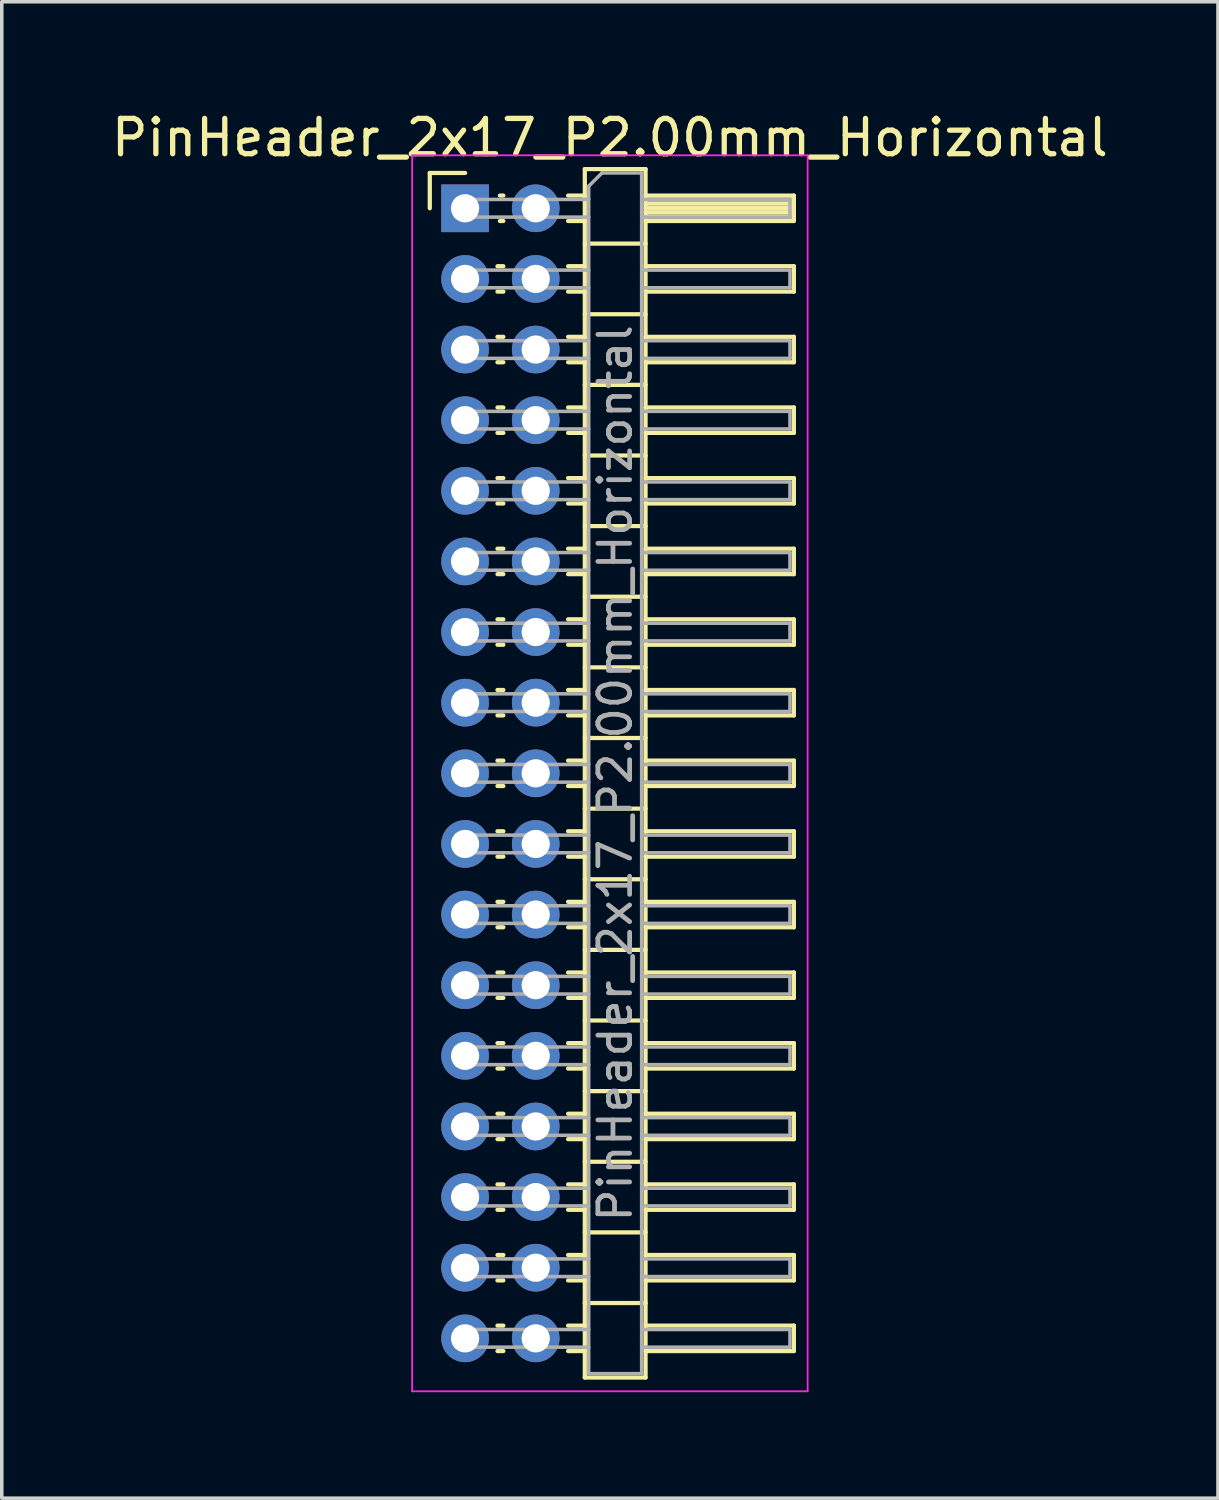
<source format=kicad_pcb>
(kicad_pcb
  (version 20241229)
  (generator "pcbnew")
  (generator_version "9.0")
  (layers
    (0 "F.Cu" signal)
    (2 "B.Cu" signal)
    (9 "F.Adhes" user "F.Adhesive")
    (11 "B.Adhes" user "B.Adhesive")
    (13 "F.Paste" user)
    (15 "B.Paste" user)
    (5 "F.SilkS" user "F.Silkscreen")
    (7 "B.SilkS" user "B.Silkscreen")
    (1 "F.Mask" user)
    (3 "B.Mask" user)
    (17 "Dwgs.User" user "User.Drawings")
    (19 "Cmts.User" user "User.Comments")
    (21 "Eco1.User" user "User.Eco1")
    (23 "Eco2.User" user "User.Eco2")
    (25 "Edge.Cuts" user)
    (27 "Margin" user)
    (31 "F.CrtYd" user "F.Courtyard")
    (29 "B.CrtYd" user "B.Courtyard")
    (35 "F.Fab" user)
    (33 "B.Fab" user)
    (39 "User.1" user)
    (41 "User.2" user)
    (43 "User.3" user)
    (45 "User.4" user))
  (footprint "PinHeader_2x17_P2.00mm_Horizontal"
    (layer "F.Cu")
    (at 10.12 2.848)
    (property "Reference" "PinHeader_2x17_P2.00mm_Horizontal" (at 4.1 -2 0) (layer "F.SilkS") (effects (font (size 1 1) (thickness 0.15))))
    (attr through_hole)
    (fp_line (start -1 -1) (end 0 -1) (stroke (width 0.12) (type solid)) (layer "F.SilkS"))
    (fp_line (start -1 0) (end -1 -1) (stroke (width 0.12) (type solid)) (layer "F.SilkS"))
    (fp_line (start 0.917 1.64) (end 1.083 1.64) (stroke (width 0.12) (type solid)) (layer "F.SilkS"))
    (fp_line (start 0.917 2.36) (end 1.083 2.36) (stroke (width 0.12) (type solid)) (layer "F.SilkS"))
    (fp_line (start 0.917 3.64) (end 1.083 3.64) (stroke (width 0.12) (type solid)) (layer "F.SilkS"))
    (fp_line (start 0.917 4.36) (end 1.083 4.36) (stroke (width 0.12) (type solid)) (layer "F.SilkS"))
    (fp_line (start 0.917 5.64) (end 1.083 5.64) (stroke (width 0.12) (type solid)) (layer "F.SilkS"))
    (fp_line (start 0.917 6.36) (end 1.083 6.36) (stroke (width 0.12) (type solid)) (layer "F.SilkS"))
    (fp_line (start 0.917 7.64) (end 1.083 7.64) (stroke (width 0.12) (type solid)) (layer "F.SilkS"))
    (fp_line (start 0.917 8.36) (end 1.083 8.36) (stroke (width 0.12) (type solid)) (layer "F.SilkS"))
    (fp_line (start 0.917 9.64) (end 1.083 9.64) (stroke (width 0.12) (type solid)) (layer "F.SilkS"))
    (fp_line (start 0.917 10.36) (end 1.083 10.36) (stroke (width 0.12) (type solid)) (layer "F.SilkS"))
    (fp_line (start 0.917 11.64) (end 1.083 11.64) (stroke (width 0.12) (type solid)) (layer "F.SilkS"))
    (fp_line (start 0.917 12.36) (end 1.083 12.36) (stroke (width 0.12) (type solid)) (layer "F.SilkS"))
    (fp_line (start 0.917 13.64) (end 1.083 13.64) (stroke (width 0.12) (type solid)) (layer "F.SilkS"))
    (fp_line (start 0.917 14.36) (end 1.083 14.36) (stroke (width 0.12) (type solid)) (layer "F.SilkS"))
    (fp_line (start 0.917 15.64) (end 1.083 15.64) (stroke (width 0.12) (type solid)) (layer "F.SilkS"))
    (fp_line (start 0.917 16.36) (end 1.083 16.36) (stroke (width 0.12) (type solid)) (layer "F.SilkS"))
    (fp_line (start 0.917 17.64) (end 1.083 17.64) (stroke (width 0.12) (type solid)) (layer "F.SilkS"))
    (fp_line (start 0.917 18.36) (end 1.083 18.36) (stroke (width 0.12) (type solid)) (layer "F.SilkS"))
    (fp_line (start 0.917 19.64) (end 1.083 19.64) (stroke (width 0.12) (type solid)) (layer "F.SilkS"))
    (fp_line (start 0.917 20.36) (end 1.083 20.36) (stroke (width 0.12) (type solid)) (layer "F.SilkS"))
    (fp_line (start 0.917 21.64) (end 1.083 21.64) (stroke (width 0.12) (type solid)) (layer "F.SilkS"))
    (fp_line (start 0.917 22.36) (end 1.083 22.36) (stroke (width 0.12) (type solid)) (layer "F.SilkS"))
    (fp_line (start 0.917 23.64) (end 1.083 23.64) (stroke (width 0.12) (type solid)) (layer "F.SilkS"))
    (fp_line (start 0.917 24.36) (end 1.083 24.36) (stroke (width 0.12) (type solid)) (layer "F.SilkS"))
    (fp_line (start 0.917 25.64) (end 1.083 25.64) (stroke (width 0.12) (type solid)) (layer "F.SilkS"))
    (fp_line (start 0.917 26.36) (end 1.083 26.36) (stroke (width 0.12) (type solid)) (layer "F.SilkS"))
    (fp_line (start 0.917 27.64) (end 1.083 27.64) (stroke (width 0.12) (type solid)) (layer "F.SilkS"))
    (fp_line (start 0.917 28.36) (end 1.083 28.36) (stroke (width 0.12) (type solid)) (layer "F.SilkS"))
    (fp_line (start 0.917 29.64) (end 1.083 29.64) (stroke (width 0.12) (type solid)) (layer "F.SilkS"))
    (fp_line (start 0.917 30.36) (end 1.083 30.36) (stroke (width 0.12) (type solid)) (layer "F.SilkS"))
    (fp_line (start 0.917 31.64) (end 1.083 31.64) (stroke (width 0.12) (type solid)) (layer "F.SilkS"))
    (fp_line (start 0.917 32.36) (end 1.083 32.36) (stroke (width 0.12) (type solid)) (layer "F.SilkS"))
    (fp_line (start 0.985 -0.36) (end 1.083 -0.36) (stroke (width 0.12) (type solid)) (layer "F.SilkS"))
    (fp_line (start 0.985 0.36) (end 1.083 0.36) (stroke (width 0.12) (type solid)) (layer "F.SilkS"))
    (fp_line (start 2.917 -0.36) (end 3.39 -0.36) (stroke (width 0.12) (type solid)) (layer "F.SilkS"))
    (fp_line (start 2.917 0.36) (end 3.39 0.36) (stroke (width 0.12) (type solid)) (layer "F.SilkS"))
    (fp_line (start 2.917 1.64) (end 3.39 1.64) (stroke (width 0.12) (type solid)) (layer "F.SilkS"))
    (fp_line (start 2.917 2.36) (end 3.39 2.36) (stroke (width 0.12) (type solid)) (layer "F.SilkS"))
    (fp_line (start 2.917 3.64) (end 3.39 3.64) (stroke (width 0.12) (type solid)) (layer "F.SilkS"))
    (fp_line (start 2.917 4.36) (end 3.39 4.36) (stroke (width 0.12) (type solid)) (layer "F.SilkS"))
    (fp_line (start 2.917 5.64) (end 3.39 5.64) (stroke (width 0.12) (type solid)) (layer "F.SilkS"))
    (fp_line (start 2.917 6.36) (end 3.39 6.36) (stroke (width 0.12) (type solid)) (layer "F.SilkS"))
    (fp_line (start 2.917 7.64) (end 3.39 7.64) (stroke (width 0.12) (type solid)) (layer "F.SilkS"))
    (fp_line (start 2.917 8.36) (end 3.39 8.36) (stroke (width 0.12) (type solid)) (layer "F.SilkS"))
    (fp_line (start 2.917 9.64) (end 3.39 9.64) (stroke (width 0.12) (type solid)) (layer "F.SilkS"))
    (fp_line (start 2.917 10.36) (end 3.39 10.36) (stroke (width 0.12) (type solid)) (layer "F.SilkS"))
    (fp_line (start 2.917 11.64) (end 3.39 11.64) (stroke (width 0.12) (type solid)) (layer "F.SilkS"))
    (fp_line (start 2.917 12.36) (end 3.39 12.36) (stroke (width 0.12) (type solid)) (layer "F.SilkS"))
    (fp_line (start 2.917 13.64) (end 3.39 13.64) (stroke (width 0.12) (type solid)) (layer "F.SilkS"))
    (fp_line (start 2.917 14.36) (end 3.39 14.36) (stroke (width 0.12) (type solid)) (layer "F.SilkS"))
    (fp_line (start 2.917 15.64) (end 3.39 15.64) (stroke (width 0.12) (type solid)) (layer "F.SilkS"))
    (fp_line (start 2.917 16.36) (end 3.39 16.36) (stroke (width 0.12) (type solid)) (layer "F.SilkS"))
    (fp_line (start 2.917 17.64) (end 3.39 17.64) (stroke (width 0.12) (type solid)) (layer "F.SilkS"))
    (fp_line (start 2.917 18.36) (end 3.39 18.36) (stroke (width 0.12) (type solid)) (layer "F.SilkS"))
    (fp_line (start 2.917 19.64) (end 3.39 19.64) (stroke (width 0.12) (type solid)) (layer "F.SilkS"))
    (fp_line (start 2.917 20.36) (end 3.39 20.36) (stroke (width 0.12) (type solid)) (layer "F.SilkS"))
    (fp_line (start 2.917 21.64) (end 3.39 21.64) (stroke (width 0.12) (type solid)) (layer "F.SilkS"))
    (fp_line (start 2.917 22.36) (end 3.39 22.36) (stroke (width 0.12) (type solid)) (layer "F.SilkS"))
    (fp_line (start 2.917 23.64) (end 3.39 23.64) (stroke (width 0.12) (type solid)) (layer "F.SilkS"))
    (fp_line (start 2.917 24.36) (end 3.39 24.36) (stroke (width 0.12) (type solid)) (layer "F.SilkS"))
    (fp_line (start 2.917 25.64) (end 3.39 25.64) (stroke (width 0.12) (type solid)) (layer "F.SilkS"))
    (fp_line (start 2.917 26.36) (end 3.39 26.36) (stroke (width 0.12) (type solid)) (layer "F.SilkS"))
    (fp_line (start 2.917 27.64) (end 3.39 27.64) (stroke (width 0.12) (type solid)) (layer "F.SilkS"))
    (fp_line (start 2.917 28.36) (end 3.39 28.36) (stroke (width 0.12) (type solid)) (layer "F.SilkS"))
    (fp_line (start 2.917 29.64) (end 3.39 29.64) (stroke (width 0.12) (type solid)) (layer "F.SilkS"))
    (fp_line (start 2.917 30.36) (end 3.39 30.36) (stroke (width 0.12) (type solid)) (layer "F.SilkS"))
    (fp_line (start 2.917 31.64) (end 3.39 31.64) (stroke (width 0.12) (type solid)) (layer "F.SilkS"))
    (fp_line (start 2.917 32.36) (end 3.39 32.36) (stroke (width 0.12) (type solid)) (layer "F.SilkS"))
    (fp_line (start 3.39 -1.11) (end 3.39 33.11) (stroke (width 0.12) (type solid)) (layer "F.SilkS"))
    (fp_line (start 3.39 1) (end 5.11 1) (stroke (width 0.12) (type solid)) (layer "F.SilkS"))
    (fp_line (start 3.39 3) (end 5.11 3) (stroke (width 0.12) (type solid)) (layer "F.SilkS"))
    (fp_line (start 3.39 5) (end 5.11 5) (stroke (width 0.12) (type solid)) (layer "F.SilkS"))
    (fp_line (start 3.39 7) (end 5.11 7) (stroke (width 0.12) (type solid)) (layer "F.SilkS"))
    (fp_line (start 3.39 9) (end 5.11 9) (stroke (width 0.12) (type solid)) (layer "F.SilkS"))
    (fp_line (start 3.39 11) (end 5.11 11) (stroke (width 0.12) (type solid)) (layer "F.SilkS"))
    (fp_line (start 3.39 13) (end 5.11 13) (stroke (width 0.12) (type solid)) (layer "F.SilkS"))
    (fp_line (start 3.39 15) (end 5.11 15) (stroke (width 0.12) (type solid)) (layer "F.SilkS"))
    (fp_line (start 3.39 17) (end 5.11 17) (stroke (width 0.12) (type solid)) (layer "F.SilkS"))
    (fp_line (start 3.39 19) (end 5.11 19) (stroke (width 0.12) (type solid)) (layer "F.SilkS"))
    (fp_line (start 3.39 21) (end 5.11 21) (stroke (width 0.12) (type solid)) (layer "F.SilkS"))
    (fp_line (start 3.39 23) (end 5.11 23) (stroke (width 0.12) (type solid)) (layer "F.SilkS"))
    (fp_line (start 3.39 25) (end 5.11 25) (stroke (width 0.12) (type solid)) (layer "F.SilkS"))
    (fp_line (start 3.39 27) (end 5.11 27) (stroke (width 0.12) (type solid)) (layer "F.SilkS"))
    (fp_line (start 3.39 29) (end 5.11 29) (stroke (width 0.12) (type solid)) (layer "F.SilkS"))
    (fp_line (start 3.39 31) (end 5.11 31) (stroke (width 0.12) (type solid)) (layer "F.SilkS"))
    (fp_line (start 3.39 33.11) (end 5.11 33.11) (stroke (width 0.12) (type solid)) (layer "F.SilkS"))
    (fp_line (start 5.11 -1.11) (end 3.39 -1.11) (stroke (width 0.12) (type solid)) (layer "F.SilkS"))
    (fp_line (start 5.11 -0.36) (end 9.31 -0.36) (stroke (width 0.12) (type solid)) (layer "F.SilkS"))
    (fp_line (start 5.11 -0.25) (end 9.31 -0.25) (stroke (width 0.12) (type solid)) (layer "F.SilkS"))
    (fp_line (start 5.11 -0.13) (end 9.31 -0.13) (stroke (width 0.12) (type solid)) (layer "F.SilkS"))
    (fp_line (start 5.11 -0.01) (end 9.31 -0.01) (stroke (width 0.12) (type solid)) (layer "F.SilkS"))
    (fp_line (start 5.11 0.11) (end 9.31 0.11) (stroke (width 0.12) (type solid)) (layer "F.SilkS"))
    (fp_line (start 5.11 0.23) (end 9.31 0.23) (stroke (width 0.12) (type solid)) (layer "F.SilkS"))
    (fp_line (start 5.11 1.64) (end 9.31 1.64) (stroke (width 0.12) (type solid)) (layer "F.SilkS"))
    (fp_line (start 5.11 3.64) (end 9.31 3.64) (stroke (width 0.12) (type solid)) (layer "F.SilkS"))
    (fp_line (start 5.11 5.64) (end 9.31 5.64) (stroke (width 0.12) (type solid)) (layer "F.SilkS"))
    (fp_line (start 5.11 7.64) (end 9.31 7.64) (stroke (width 0.12) (type solid)) (layer "F.SilkS"))
    (fp_line (start 5.11 9.64) (end 9.31 9.64) (stroke (width 0.12) (type solid)) (layer "F.SilkS"))
    (fp_line (start 5.11 11.64) (end 9.31 11.64) (stroke (width 0.12) (type solid)) (layer "F.SilkS"))
    (fp_line (start 5.11 13.64) (end 9.31 13.64) (stroke (width 0.12) (type solid)) (layer "F.SilkS"))
    (fp_line (start 5.11 15.64) (end 9.31 15.64) (stroke (width 0.12) (type solid)) (layer "F.SilkS"))
    (fp_line (start 5.11 17.64) (end 9.31 17.64) (stroke (width 0.12) (type solid)) (layer "F.SilkS"))
    (fp_line (start 5.11 19.64) (end 9.31 19.64) (stroke (width 0.12) (type solid)) (layer "F.SilkS"))
    (fp_line (start 5.11 21.64) (end 9.31 21.64) (stroke (width 0.12) (type solid)) (layer "F.SilkS"))
    (fp_line (start 5.11 23.64) (end 9.31 23.64) (stroke (width 0.12) (type solid)) (layer "F.SilkS"))
    (fp_line (start 5.11 25.64) (end 9.31 25.64) (stroke (width 0.12) (type solid)) (layer "F.SilkS"))
    (fp_line (start 5.11 27.64) (end 9.31 27.64) (stroke (width 0.12) (type solid)) (layer "F.SilkS"))
    (fp_line (start 5.11 29.64) (end 9.31 29.64) (stroke (width 0.12) (type solid)) (layer "F.SilkS"))
    (fp_line (start 5.11 31.64) (end 9.31 31.64) (stroke (width 0.12) (type solid)) (layer "F.SilkS"))
    (fp_line (start 5.11 33.11) (end 5.11 -1.11) (stroke (width 0.12) (type solid)) (layer "F.SilkS"))
    (fp_line (start 9.31 -0.36) (end 9.31 0.36) (stroke (width 0.12) (type solid)) (layer "F.SilkS"))
    (fp_line (start 9.31 0.36) (end 5.11 0.36) (stroke (width 0.12) (type solid)) (layer "F.SilkS"))
    (fp_line (start 9.31 1.64) (end 9.31 2.36) (stroke (width 0.12) (type solid)) (layer "F.SilkS"))
    (fp_line (start 9.31 2.36) (end 5.11 2.36) (stroke (width 0.12) (type solid)) (layer "F.SilkS"))
    (fp_line (start 9.31 3.64) (end 9.31 4.36) (stroke (width 0.12) (type solid)) (layer "F.SilkS"))
    (fp_line (start 9.31 4.36) (end 5.11 4.36) (stroke (width 0.12) (type solid)) (layer "F.SilkS"))
    (fp_line (start 9.31 5.64) (end 9.31 6.36) (stroke (width 0.12) (type solid)) (layer "F.SilkS"))
    (fp_line (start 9.31 6.36) (end 5.11 6.36) (stroke (width 0.12) (type solid)) (layer "F.SilkS"))
    (fp_line (start 9.31 7.64) (end 9.31 8.36) (stroke (width 0.12) (type solid)) (layer "F.SilkS"))
    (fp_line (start 9.31 8.36) (end 5.11 8.36) (stroke (width 0.12) (type solid)) (layer "F.SilkS"))
    (fp_line (start 9.31 9.64) (end 9.31 10.36) (stroke (width 0.12) (type solid)) (layer "F.SilkS"))
    (fp_line (start 9.31 10.36) (end 5.11 10.36) (stroke (width 0.12) (type solid)) (layer "F.SilkS"))
    (fp_line (start 9.31 11.64) (end 9.31 12.36) (stroke (width 0.12) (type solid)) (layer "F.SilkS"))
    (fp_line (start 9.31 12.36) (end 5.11 12.36) (stroke (width 0.12) (type solid)) (layer "F.SilkS"))
    (fp_line (start 9.31 13.64) (end 9.31 14.36) (stroke (width 0.12) (type solid)) (layer "F.SilkS"))
    (fp_line (start 9.31 14.36) (end 5.11 14.36) (stroke (width 0.12) (type solid)) (layer "F.SilkS"))
    (fp_line (start 9.31 15.64) (end 9.31 16.36) (stroke (width 0.12) (type solid)) (layer "F.SilkS"))
    (fp_line (start 9.31 16.36) (end 5.11 16.36) (stroke (width 0.12) (type solid)) (layer "F.SilkS"))
    (fp_line (start 9.31 17.64) (end 9.31 18.36) (stroke (width 0.12) (type solid)) (layer "F.SilkS"))
    (fp_line (start 9.31 18.36) (end 5.11 18.36) (stroke (width 0.12) (type solid)) (layer "F.SilkS"))
    (fp_line (start 9.31 19.64) (end 9.31 20.36) (stroke (width 0.12) (type solid)) (layer "F.SilkS"))
    (fp_line (start 9.31 20.36) (end 5.11 20.36) (stroke (width 0.12) (type solid)) (layer "F.SilkS"))
    (fp_line (start 9.31 21.64) (end 9.31 22.36) (stroke (width 0.12) (type solid)) (layer "F.SilkS"))
    (fp_line (start 9.31 22.36) (end 5.11 22.36) (stroke (width 0.12) (type solid)) (layer "F.SilkS"))
    (fp_line (start 9.31 23.64) (end 9.31 24.36) (stroke (width 0.12) (type solid)) (layer "F.SilkS"))
    (fp_line (start 9.31 24.36) (end 5.11 24.36) (stroke (width 0.12) (type solid)) (layer "F.SilkS"))
    (fp_line (start 9.31 25.64) (end 9.31 26.36) (stroke (width 0.12) (type solid)) (layer "F.SilkS"))
    (fp_line (start 9.31 26.36) (end 5.11 26.36) (stroke (width 0.12) (type solid)) (layer "F.SilkS"))
    (fp_line (start 9.31 27.64) (end 9.31 28.36) (stroke (width 0.12) (type solid)) (layer "F.SilkS"))
    (fp_line (start 9.31 28.36) (end 5.11 28.36) (stroke (width 0.12) (type solid)) (layer "F.SilkS"))
    (fp_line (start 9.31 29.64) (end 9.31 30.36) (stroke (width 0.12) (type solid)) (layer "F.SilkS"))
    (fp_line (start 9.31 30.36) (end 5.11 30.36) (stroke (width 0.12) (type solid)) (layer "F.SilkS"))
    (fp_line (start 9.31 31.64) (end 9.31 32.36) (stroke (width 0.12) (type solid)) (layer "F.SilkS"))
    (fp_line (start 9.31 32.36) (end 5.11 32.36) (stroke (width 0.12) (type solid)) (layer "F.SilkS"))
    (fp_line (start -1.5 -1.5) (end -1.5 33.5) (stroke (width 0.05) (type solid)) (layer "F.CrtYd"))
    (fp_line (start -1.5 33.5) (end 9.7 33.5) (stroke (width 0.05) (type solid)) (layer "F.CrtYd"))
    (fp_line (start 9.7 -1.5) (end -1.5 -1.5) (stroke (width 0.05) (type solid)) (layer "F.CrtYd"))
    (fp_line (start 9.7 33.5) (end 9.7 -1.5) (stroke (width 0.05) (type solid)) (layer "F.CrtYd"))
    (fp_line (start -0.25 -0.25) (end -0.25 0.25) (stroke (width 0.1) (type solid)) (layer "F.Fab"))
    (fp_line (start -0.25 -0.25) (end 3.5 -0.25) (stroke (width 0.1) (type solid)) (layer "F.Fab"))
    (fp_line (start -0.25 0.25) (end 3.5 0.25) (stroke (width 0.1) (type solid)) (layer "F.Fab"))
    (fp_line (start -0.25 1.75) (end -0.25 2.25) (stroke (width 0.1) (type solid)) (layer "F.Fab"))
    (fp_line (start -0.25 1.75) (end 3.5 1.75) (stroke (width 0.1) (type solid)) (layer "F.Fab"))
    (fp_line (start -0.25 2.25) (end 3.5 2.25) (stroke (width 0.1) (type solid)) (layer "F.Fab"))
    (fp_line (start -0.25 3.75) (end -0.25 4.25) (stroke (width 0.1) (type solid)) (layer "F.Fab"))
    (fp_line (start -0.25 3.75) (end 3.5 3.75) (stroke (width 0.1) (type solid)) (layer "F.Fab"))
    (fp_line (start -0.25 4.25) (end 3.5 4.25) (stroke (width 0.1) (type solid)) (layer "F.Fab"))
    (fp_line (start -0.25 5.75) (end -0.25 6.25) (stroke (width 0.1) (type solid)) (layer "F.Fab"))
    (fp_line (start -0.25 5.75) (end 3.5 5.75) (stroke (width 0.1) (type solid)) (layer "F.Fab"))
    (fp_line (start -0.25 6.25) (end 3.5 6.25) (stroke (width 0.1) (type solid)) (layer "F.Fab"))
    (fp_line (start -0.25 7.75) (end -0.25 8.25) (stroke (width 0.1) (type solid)) (layer "F.Fab"))
    (fp_line (start -0.25 7.75) (end 3.5 7.75) (stroke (width 0.1) (type solid)) (layer "F.Fab"))
    (fp_line (start -0.25 8.25) (end 3.5 8.25) (stroke (width 0.1) (type solid)) (layer "F.Fab"))
    (fp_line (start -0.25 9.75) (end -0.25 10.25) (stroke (width 0.1) (type solid)) (layer "F.Fab"))
    (fp_line (start -0.25 9.75) (end 3.5 9.75) (stroke (width 0.1) (type solid)) (layer "F.Fab"))
    (fp_line (start -0.25 10.25) (end 3.5 10.25) (stroke (width 0.1) (type solid)) (layer "F.Fab"))
    (fp_line (start -0.25 11.75) (end -0.25 12.25) (stroke (width 0.1) (type solid)) (layer "F.Fab"))
    (fp_line (start -0.25 11.75) (end 3.5 11.75) (stroke (width 0.1) (type solid)) (layer "F.Fab"))
    (fp_line (start -0.25 12.25) (end 3.5 12.25) (stroke (width 0.1) (type solid)) (layer "F.Fab"))
    (fp_line (start -0.25 13.75) (end -0.25 14.25) (stroke (width 0.1) (type solid)) (layer "F.Fab"))
    (fp_line (start -0.25 13.75) (end 3.5 13.75) (stroke (width 0.1) (type solid)) (layer "F.Fab"))
    (fp_line (start -0.25 14.25) (end 3.5 14.25) (stroke (width 0.1) (type solid)) (layer "F.Fab"))
    (fp_line (start -0.25 15.75) (end -0.25 16.25) (stroke (width 0.1) (type solid)) (layer "F.Fab"))
    (fp_line (start -0.25 15.75) (end 3.5 15.75) (stroke (width 0.1) (type solid)) (layer "F.Fab"))
    (fp_line (start -0.25 16.25) (end 3.5 16.25) (stroke (width 0.1) (type solid)) (layer "F.Fab"))
    (fp_line (start -0.25 17.75) (end -0.25 18.25) (stroke (width 0.1) (type solid)) (layer "F.Fab"))
    (fp_line (start -0.25 17.75) (end 3.5 17.75) (stroke (width 0.1) (type solid)) (layer "F.Fab"))
    (fp_line (start -0.25 18.25) (end 3.5 18.25) (stroke (width 0.1) (type solid)) (layer "F.Fab"))
    (fp_line (start -0.25 19.75) (end -0.25 20.25) (stroke (width 0.1) (type solid)) (layer "F.Fab"))
    (fp_line (start -0.25 19.75) (end 3.5 19.75) (stroke (width 0.1) (type solid)) (layer "F.Fab"))
    (fp_line (start -0.25 20.25) (end 3.5 20.25) (stroke (width 0.1) (type solid)) (layer "F.Fab"))
    (fp_line (start -0.25 21.75) (end -0.25 22.25) (stroke (width 0.1) (type solid)) (layer "F.Fab"))
    (fp_line (start -0.25 21.75) (end 3.5 21.75) (stroke (width 0.1) (type solid)) (layer "F.Fab"))
    (fp_line (start -0.25 22.25) (end 3.5 22.25) (stroke (width 0.1) (type solid)) (layer "F.Fab"))
    (fp_line (start -0.25 23.75) (end -0.25 24.25) (stroke (width 0.1) (type solid)) (layer "F.Fab"))
    (fp_line (start -0.25 23.75) (end 3.5 23.75) (stroke (width 0.1) (type solid)) (layer "F.Fab"))
    (fp_line (start -0.25 24.25) (end 3.5 24.25) (stroke (width 0.1) (type solid)) (layer "F.Fab"))
    (fp_line (start -0.25 25.75) (end -0.25 26.25) (stroke (width 0.1) (type solid)) (layer "F.Fab"))
    (fp_line (start -0.25 25.75) (end 3.5 25.75) (stroke (width 0.1) (type solid)) (layer "F.Fab"))
    (fp_line (start -0.25 26.25) (end 3.5 26.25) (stroke (width 0.1) (type solid)) (layer "F.Fab"))
    (fp_line (start -0.25 27.75) (end -0.25 28.25) (stroke (width 0.1) (type solid)) (layer "F.Fab"))
    (fp_line (start -0.25 27.75) (end 3.5 27.75) (stroke (width 0.1) (type solid)) (layer "F.Fab"))
    (fp_line (start -0.25 28.25) (end 3.5 28.25) (stroke (width 0.1) (type solid)) (layer "F.Fab"))
    (fp_line (start -0.25 29.75) (end -0.25 30.25) (stroke (width 0.1) (type solid)) (layer "F.Fab"))
    (fp_line (start -0.25 29.75) (end 3.5 29.75) (stroke (width 0.1) (type solid)) (layer "F.Fab"))
    (fp_line (start -0.25 30.25) (end 3.5 30.25) (stroke (width 0.1) (type solid)) (layer "F.Fab"))
    (fp_line (start -0.25 31.75) (end -0.25 32.25) (stroke (width 0.1) (type solid)) (layer "F.Fab"))
    (fp_line (start -0.25 31.75) (end 3.5 31.75) (stroke (width 0.1) (type solid)) (layer "F.Fab"))
    (fp_line (start -0.25 32.25) (end 3.5 32.25) (stroke (width 0.1) (type solid)) (layer "F.Fab"))
    (fp_line (start 3.5 -0.625) (end 3.875 -1) (stroke (width 0.1) (type solid)) (layer "F.Fab"))
    (fp_line (start 3.5 33) (end 3.5 -0.625) (stroke (width 0.1) (type solid)) (layer "F.Fab"))
    (fp_line (start 3.875 -1) (end 5 -1) (stroke (width 0.1) (type solid)) (layer "F.Fab"))
    (fp_line (start 5 -1) (end 5 33) (stroke (width 0.1) (type solid)) (layer "F.Fab"))
    (fp_line (start 5 -0.25) (end 9.2 -0.25) (stroke (width 0.1) (type solid)) (layer "F.Fab"))
    (fp_line (start 5 0.25) (end 9.2 0.25) (stroke (width 0.1) (type solid)) (layer "F.Fab"))
    (fp_line (start 5 1.75) (end 9.2 1.75) (stroke (width 0.1) (type solid)) (layer "F.Fab"))
    (fp_line (start 5 2.25) (end 9.2 2.25) (stroke (width 0.1) (type solid)) (layer "F.Fab"))
    (fp_line (start 5 3.75) (end 9.2 3.75) (stroke (width 0.1) (type solid)) (layer "F.Fab"))
    (fp_line (start 5 4.25) (end 9.2 4.25) (stroke (width 0.1) (type solid)) (layer "F.Fab"))
    (fp_line (start 5 5.75) (end 9.2 5.75) (stroke (width 0.1) (type solid)) (layer "F.Fab"))
    (fp_line (start 5 6.25) (end 9.2 6.25) (stroke (width 0.1) (type solid)) (layer "F.Fab"))
    (fp_line (start 5 7.75) (end 9.2 7.75) (stroke (width 0.1) (type solid)) (layer "F.Fab"))
    (fp_line (start 5 8.25) (end 9.2 8.25) (stroke (width 0.1) (type solid)) (layer "F.Fab"))
    (fp_line (start 5 9.75) (end 9.2 9.75) (stroke (width 0.1) (type solid)) (layer "F.Fab"))
    (fp_line (start 5 10.25) (end 9.2 10.25) (stroke (width 0.1) (type solid)) (layer "F.Fab"))
    (fp_line (start 5 11.75) (end 9.2 11.75) (stroke (width 0.1) (type solid)) (layer "F.Fab"))
    (fp_line (start 5 12.25) (end 9.2 12.25) (stroke (width 0.1) (type solid)) (layer "F.Fab"))
    (fp_line (start 5 13.75) (end 9.2 13.75) (stroke (width 0.1) (type solid)) (layer "F.Fab"))
    (fp_line (start 5 14.25) (end 9.2 14.25) (stroke (width 0.1) (type solid)) (layer "F.Fab"))
    (fp_line (start 5 15.75) (end 9.2 15.75) (stroke (width 0.1) (type solid)) (layer "F.Fab"))
    (fp_line (start 5 16.25) (end 9.2 16.25) (stroke (width 0.1) (type solid)) (layer "F.Fab"))
    (fp_line (start 5 17.75) (end 9.2 17.75) (stroke (width 0.1) (type solid)) (layer "F.Fab"))
    (fp_line (start 5 18.25) (end 9.2 18.25) (stroke (width 0.1) (type solid)) (layer "F.Fab"))
    (fp_line (start 5 19.75) (end 9.2 19.75) (stroke (width 0.1) (type solid)) (layer "F.Fab"))
    (fp_line (start 5 20.25) (end 9.2 20.25) (stroke (width 0.1) (type solid)) (layer "F.Fab"))
    (fp_line (start 5 21.75) (end 9.2 21.75) (stroke (width 0.1) (type solid)) (layer "F.Fab"))
    (fp_line (start 5 22.25) (end 9.2 22.25) (stroke (width 0.1) (type solid)) (layer "F.Fab"))
    (fp_line (start 5 23.75) (end 9.2 23.75) (stroke (width 0.1) (type solid)) (layer "F.Fab"))
    (fp_line (start 5 24.25) (end 9.2 24.25) (stroke (width 0.1) (type solid)) (layer "F.Fab"))
    (fp_line (start 5 25.75) (end 9.2 25.75) (stroke (width 0.1) (type solid)) (layer "F.Fab"))
    (fp_line (start 5 26.25) (end 9.2 26.25) (stroke (width 0.1) (type solid)) (layer "F.Fab"))
    (fp_line (start 5 27.75) (end 9.2 27.75) (stroke (width 0.1) (type solid)) (layer "F.Fab"))
    (fp_line (start 5 28.25) (end 9.2 28.25) (stroke (width 0.1) (type solid)) (layer "F.Fab"))
    (fp_line (start 5 29.75) (end 9.2 29.75) (stroke (width 0.1) (type solid)) (layer "F.Fab"))
    (fp_line (start 5 30.25) (end 9.2 30.25) (stroke (width 0.1) (type solid)) (layer "F.Fab"))
    (fp_line (start 5 31.75) (end 9.2 31.75) (stroke (width 0.1) (type solid)) (layer "F.Fab"))
    (fp_line (start 5 32.25) (end 9.2 32.25) (stroke (width 0.1) (type solid)) (layer "F.Fab"))
    (fp_line (start 5 33) (end 3.5 33) (stroke (width 0.1) (type solid)) (layer "F.Fab"))
    (fp_line (start 9.2 -0.25) (end 9.2 0.25) (stroke (width 0.1) (type solid)) (layer "F.Fab"))
    (fp_line (start 9.2 1.75) (end 9.2 2.25) (stroke (width 0.1) (type solid)) (layer "F.Fab"))
    (fp_line (start 9.2 3.75) (end 9.2 4.25) (stroke (width 0.1) (type solid)) (layer "F.Fab"))
    (fp_line (start 9.2 5.75) (end 9.2 6.25) (stroke (width 0.1) (type solid)) (layer "F.Fab"))
    (fp_line (start 9.2 7.75) (end 9.2 8.25) (stroke (width 0.1) (type solid)) (layer "F.Fab"))
    (fp_line (start 9.2 9.75) (end 9.2 10.25) (stroke (width 0.1) (type solid)) (layer "F.Fab"))
    (fp_line (start 9.2 11.75) (end 9.2 12.25) (stroke (width 0.1) (type solid)) (layer "F.Fab"))
    (fp_line (start 9.2 13.75) (end 9.2 14.25) (stroke (width 0.1) (type solid)) (layer "F.Fab"))
    (fp_line (start 9.2 15.75) (end 9.2 16.25) (stroke (width 0.1) (type solid)) (layer "F.Fab"))
    (fp_line (start 9.2 17.75) (end 9.2 18.25) (stroke (width 0.1) (type solid)) (layer "F.Fab"))
    (fp_line (start 9.2 19.75) (end 9.2 20.25) (stroke (width 0.1) (type solid)) (layer "F.Fab"))
    (fp_line (start 9.2 21.75) (end 9.2 22.25) (stroke (width 0.1) (type solid)) (layer "F.Fab"))
    (fp_line (start 9.2 23.75) (end 9.2 24.25) (stroke (width 0.1) (type solid)) (layer "F.Fab"))
    (fp_line (start 9.2 25.75) (end 9.2 26.25) (stroke (width 0.1) (type solid)) (layer "F.Fab"))
    (fp_line (start 9.2 27.75) (end 9.2 28.25) (stroke (width 0.1) (type solid)) (layer "F.Fab"))
    (fp_line (start 9.2 29.75) (end 9.2 30.25) (stroke (width 0.1) (type solid)) (layer "F.Fab"))
    (fp_line (start 9.2 31.75) (end 9.2 32.25) (stroke (width 0.1) (type solid)) (layer "F.Fab"))
    (fp_text user "${REFERENCE}" (at 4.25 16 90) (layer "F.Fab") (effects (font (size 0.9 0.9) (thickness 0.135))))
    (pad "1" thru_hole rect (at 0 0) (size 1.35 1.35) (drill 0.8) (layers "*.Cu" "*.Mask"))
    (pad "2" thru_hole circle (at 2 0) (size 1.35 1.35) (drill 0.8) (layers "*.Cu" "*.Mask"))
    (pad "3" thru_hole circle (at 0 2) (size 1.35 1.35) (drill 0.8) (layers "*.Cu" "*.Mask"))
    (pad "4" thru_hole circle (at 2 2) (size 1.35 1.35) (drill 0.8) (layers "*.Cu" "*.Mask"))
    (pad "5" thru_hole circle (at 0 4) (size 1.35 1.35) (drill 0.8) (layers "*.Cu" "*.Mask"))
    (pad "6" thru_hole circle (at 2 4) (size 1.35 1.35) (drill 0.8) (layers "*.Cu" "*.Mask"))
    (pad "7" thru_hole circle (at 0 6) (size 1.35 1.35) (drill 0.8) (layers "*.Cu" "*.Mask"))
    (pad "8" thru_hole circle (at 2 6) (size 1.35 1.35) (drill 0.8) (layers "*.Cu" "*.Mask"))
    (pad "9" thru_hole circle (at 0 8) (size 1.35 1.35) (drill 0.8) (layers "*.Cu" "*.Mask"))
    (pad "10" thru_hole circle (at 2 8) (size 1.35 1.35) (drill 0.8) (layers "*.Cu" "*.Mask"))
    (pad "11" thru_hole circle (at 0 10) (size 1.35 1.35) (drill 0.8) (layers "*.Cu" "*.Mask"))
    (pad "12" thru_hole circle (at 2 10) (size 1.35 1.35) (drill 0.8) (layers "*.Cu" "*.Mask"))
    (pad "13" thru_hole circle (at 0 12) (size 1.35 1.35) (drill 0.8) (layers "*.Cu" "*.Mask"))
    (pad "14" thru_hole circle (at 2 12) (size 1.35 1.35) (drill 0.8) (layers "*.Cu" "*.Mask"))
    (pad "15" thru_hole circle (at 0 14) (size 1.35 1.35) (drill 0.8) (layers "*.Cu" "*.Mask"))
    (pad "16" thru_hole circle (at 2 14) (size 1.35 1.35) (drill 0.8) (layers "*.Cu" "*.Mask"))
    (pad "17" thru_hole circle (at 0 16) (size 1.35 1.35) (drill 0.8) (layers "*.Cu" "*.Mask"))
    (pad "18" thru_hole circle (at 2 16) (size 1.35 1.35) (drill 0.8) (layers "*.Cu" "*.Mask"))
    (pad "19" thru_hole circle (at 0 18) (size 1.35 1.35) (drill 0.8) (layers "*.Cu" "*.Mask"))
    (pad "20" thru_hole circle (at 2 18) (size 1.35 1.35) (drill 0.8) (layers "*.Cu" "*.Mask"))
    (pad "21" thru_hole circle (at 0 20) (size 1.35 1.35) (drill 0.8) (layers "*.Cu" "*.Mask"))
    (pad "22" thru_hole circle (at 2 20) (size 1.35 1.35) (drill 0.8) (layers "*.Cu" "*.Mask"))
    (pad "23" thru_hole circle (at 0 22) (size 1.35 1.35) (drill 0.8) (layers "*.Cu" "*.Mask"))
    (pad "24" thru_hole circle (at 2 22) (size 1.35 1.35) (drill 0.8) (layers "*.Cu" "*.Mask"))
    (pad "25" thru_hole circle (at 0 24) (size 1.35 1.35) (drill 0.8) (layers "*.Cu" "*.Mask"))
    (pad "26" thru_hole circle (at 2 24) (size 1.35 1.35) (drill 0.8) (layers "*.Cu" "*.Mask"))
    (pad "27" thru_hole circle (at 0 26) (size 1.35 1.35) (drill 0.8) (layers "*.Cu" "*.Mask"))
    (pad "28" thru_hole circle (at 2 26) (size 1.35 1.35) (drill 0.8) (layers "*.Cu" "*.Mask"))
    (pad "29" thru_hole circle (at 0 28) (size 1.35 1.35) (drill 0.8) (layers "*.Cu" "*.Mask"))
    (pad "30" thru_hole circle (at 2 28) (size 1.35 1.35) (drill 0.8) (layers "*.Cu" "*.Mask"))
    (pad "31" thru_hole circle (at 0 30) (size 1.35 1.35) (drill 0.8) (layers "*.Cu" "*.Mask"))
    (pad "32" thru_hole circle (at 2 30) (size 1.35 1.35) (drill 0.8) (layers "*.Cu" "*.Mask"))
    (pad "33" thru_hole circle (at 0 32) (size 1.35 1.35) (drill 0.8) (layers "*.Cu" "*.Mask"))
    (pad "34" thru_hole circle (at 2 32) (size 1.35 1.35) (drill 0.8) (layers "*.Cu" "*.Mask")))
  (gr_rect
    (start -3 -3)
    (end 31.44 39.373)
    (stroke (width 0.1) (type default))
    (fill no)
    (layer "Edge.Cuts")))
</source>
